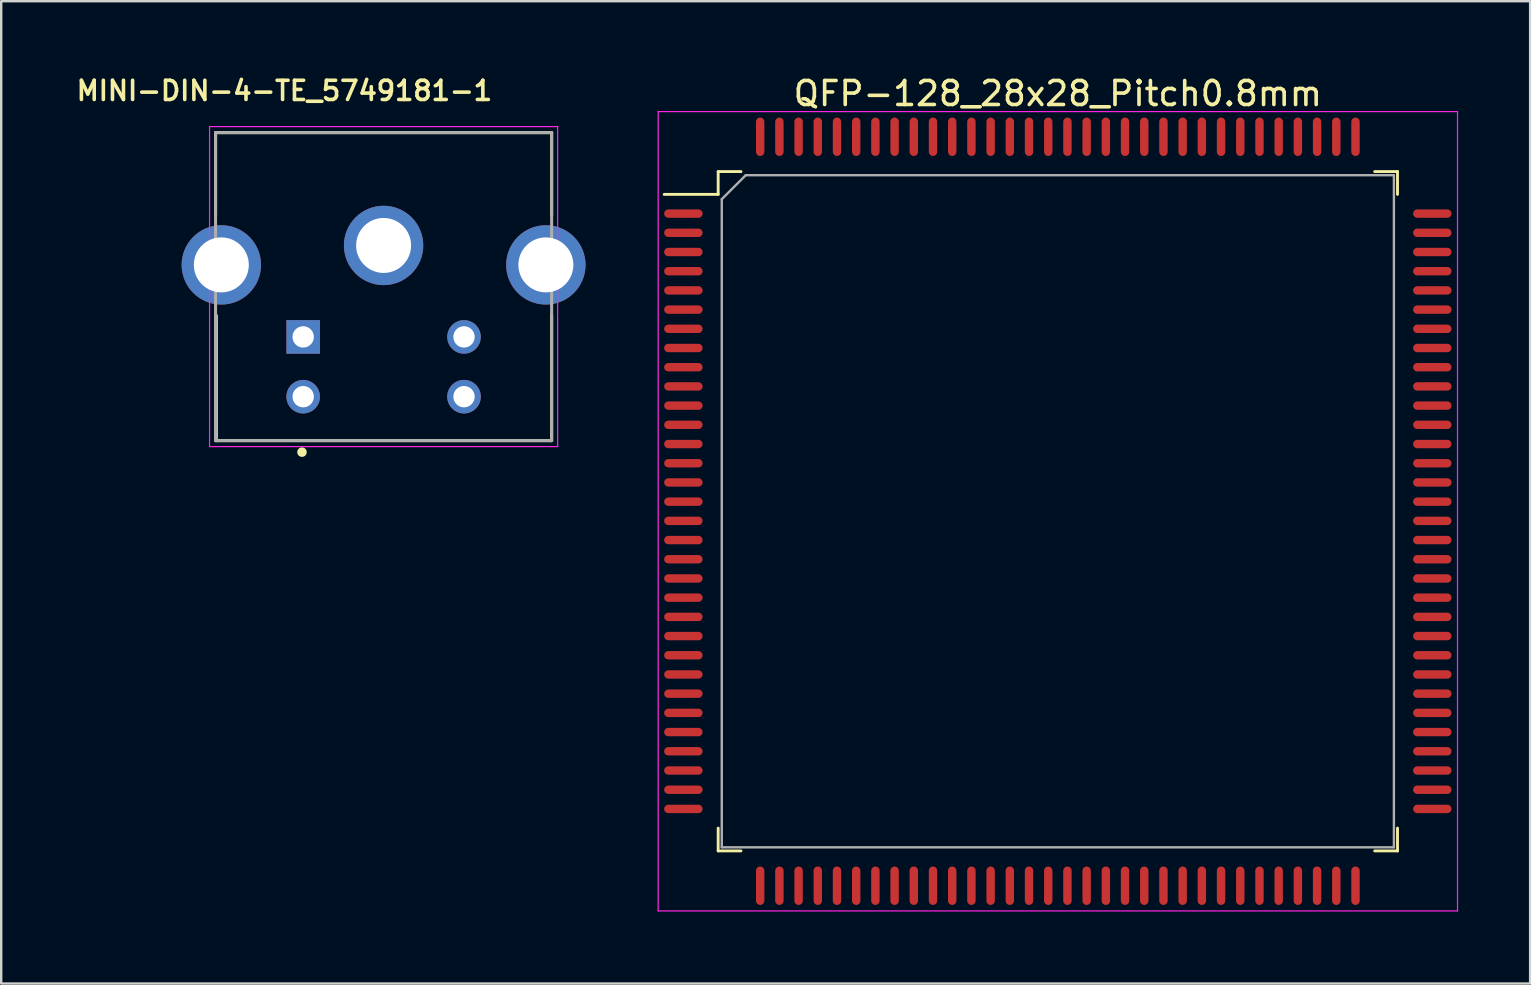
<source format=kicad_pcb>
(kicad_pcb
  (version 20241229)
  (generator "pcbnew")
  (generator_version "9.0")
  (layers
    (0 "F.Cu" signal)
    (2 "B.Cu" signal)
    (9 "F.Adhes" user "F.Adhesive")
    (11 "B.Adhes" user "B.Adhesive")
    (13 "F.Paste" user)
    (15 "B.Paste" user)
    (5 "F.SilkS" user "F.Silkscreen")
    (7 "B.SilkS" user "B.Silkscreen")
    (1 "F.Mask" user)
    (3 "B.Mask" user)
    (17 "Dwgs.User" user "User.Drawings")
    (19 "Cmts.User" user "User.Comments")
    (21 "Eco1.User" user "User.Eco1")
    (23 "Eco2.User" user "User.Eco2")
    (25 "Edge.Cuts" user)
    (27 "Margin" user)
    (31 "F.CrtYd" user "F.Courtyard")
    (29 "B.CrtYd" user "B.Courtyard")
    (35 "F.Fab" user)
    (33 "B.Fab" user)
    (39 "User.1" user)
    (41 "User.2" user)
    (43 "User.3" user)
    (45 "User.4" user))
  (footprint "QFP-128_28x28_Pitch0.8mm"
    (layer "F.Cu")
    (at 41.018 18.248)
    (property "Reference" "QFP-128_28x28_Pitch0.8mm" (at 0 -17.4 0) (layer "F.SilkS") (effects (font (size 1 1) (thickness 0.15))))
    (attr smd)
    (fp_line (start -14.15 -14.15) (end -14.15 -13.2) (stroke (width 0.12) (type solid)) (layer "F.SilkS"))
    (fp_line (start -14.15 -13.2) (end -16.4 -13.2) (stroke (width 0.12) (type solid)) (layer "F.SilkS"))
    (fp_line (start -14.15 14.15) (end -14.15 13.2) (stroke (width 0.12) (type solid)) (layer "F.SilkS"))
    (fp_line (start -13.2 -14.15) (end -14.15 -14.15) (stroke (width 0.12) (type solid)) (layer "F.SilkS"))
    (fp_line (start -13.2 14.15) (end -14.15 14.15) (stroke (width 0.12) (type solid)) (layer "F.SilkS"))
    (fp_line (start 13.2 -14.15) (end 14.15 -14.15) (stroke (width 0.12) (type solid)) (layer "F.SilkS"))
    (fp_line (start 13.2 14.15) (end 14.15 14.15) (stroke (width 0.12) (type solid)) (layer "F.SilkS"))
    (fp_line (start 14.15 -14.15) (end 14.15 -13.2) (stroke (width 0.12) (type solid)) (layer "F.SilkS"))
    (fp_line (start 14.15 14.15) (end 14.15 13.2) (stroke (width 0.12) (type solid)) (layer "F.SilkS"))
    (fp_line (start -16.65 -16.65) (end 16.65 -16.65) (stroke (width 0.05) (type solid)) (layer "F.CrtYd"))
    (fp_line (start -16.65 16.65) (end -16.65 -16.65) (stroke (width 0.05) (type solid)) (layer "F.CrtYd"))
    (fp_line (start 16.65 -16.65) (end 16.65 16.65) (stroke (width 0.05) (type solid)) (layer "F.CrtYd"))
    (fp_line (start 16.65 16.65) (end -16.65 16.65) (stroke (width 0.05) (type solid)) (layer "F.CrtYd"))
    (fp_line (start -14 -13) (end -14 14) (stroke (width 0.1) (type solid)) (layer "F.Fab"))
    (fp_line (start -14 14) (end 14 14) (stroke (width 0.1) (type solid)) (layer "F.Fab"))
    (fp_line (start -13 -14) (end -14 -13) (stroke (width 0.1) (type solid)) (layer "F.Fab"))
    (fp_line (start 14 -14) (end -13 -14) (stroke (width 0.1) (type solid)) (layer "F.Fab"))
    (fp_line (start 14 14) (end 14 -14) (stroke (width 0.1) (type solid)) (layer "F.Fab"))
    (pad "1" smd oval (at -15.6 -12.4 90) (size 0.35 1.6) (layers "F.Cu" "F.Mask" "F.Paste"))
    (pad "2" smd oval (at -15.6 -11.6 90) (size 0.35 1.6) (layers "F.Cu" "F.Mask" "F.Paste"))
    (pad "3" smd oval (at -15.6 -10.8 90) (size 0.35 1.6) (layers "F.Cu" "F.Mask" "F.Paste"))
    (pad "4" smd oval (at -15.6 -10 90) (size 0.35 1.6) (layers "F.Cu" "F.Mask" "F.Paste"))
    (pad "5" smd oval (at -15.6 -9.2 90) (size 0.35 1.6) (layers "F.Cu" "F.Mask" "F.Paste"))
    (pad "6" smd oval (at -15.6 -8.4 90) (size 0.35 1.6) (layers "F.Cu" "F.Mask" "F.Paste"))
    (pad "7" smd oval (at -15.6 -7.6 90) (size 0.35 1.6) (layers "F.Cu" "F.Mask" "F.Paste"))
    (pad "8" smd oval (at -15.6 -6.8 90) (size 0.35 1.6) (layers "F.Cu" "F.Mask" "F.Paste"))
    (pad "9" smd oval (at -15.6 -6 90) (size 0.35 1.6) (layers "F.Cu" "F.Mask" "F.Paste"))
    (pad "10" smd oval (at -15.6 -5.2 90) (size 0.35 1.6) (layers "F.Cu" "F.Mask" "F.Paste"))
    (pad "11" smd oval (at -15.6 -4.4 90) (size 0.35 1.6) (layers "F.Cu" "F.Mask" "F.Paste"))
    (pad "12" smd oval (at -15.6 -3.6 90) (size 0.35 1.6) (layers "F.Cu" "F.Mask" "F.Paste"))
    (pad "13" smd oval (at -15.6 -2.8 90) (size 0.35 1.6) (layers "F.Cu" "F.Mask" "F.Paste"))
    (pad "14" smd oval (at -15.6 -2 90) (size 0.35 1.6) (layers "F.Cu" "F.Mask" "F.Paste"))
    (pad "15" smd oval (at -15.6 -1.2 90) (size 0.35 1.6) (layers "F.Cu" "F.Mask" "F.Paste"))
    (pad "16" smd oval (at -15.6 -0.4 90) (size 0.35 1.6) (layers "F.Cu" "F.Mask" "F.Paste"))
    (pad "17" smd oval (at -15.6 0.4 90) (size 0.35 1.6) (layers "F.Cu" "F.Mask" "F.Paste"))
    (pad "18" smd oval (at -15.6 1.2 90) (size 0.35 1.6) (layers "F.Cu" "F.Mask" "F.Paste"))
    (pad "19" smd oval (at -15.6 2 90) (size 0.35 1.6) (layers "F.Cu" "F.Mask" "F.Paste"))
    (pad "20" smd oval (at -15.6 2.8 90) (size 0.35 1.6) (layers "F.Cu" "F.Mask" "F.Paste"))
    (pad "21" smd oval (at -15.6 3.6 90) (size 0.35 1.6) (layers "F.Cu" "F.Mask" "F.Paste"))
    (pad "22" smd oval (at -15.6 4.4 90) (size 0.35 1.6) (layers "F.Cu" "F.Mask" "F.Paste"))
    (pad "23" smd oval (at -15.6 5.2 90) (size 0.35 1.6) (layers "F.Cu" "F.Mask" "F.Paste"))
    (pad "24" smd oval (at -15.6 6 90) (size 0.35 1.6) (layers "F.Cu" "F.Mask" "F.Paste"))
    (pad "25" smd oval (at -15.6 6.8 90) (size 0.35 1.6) (layers "F.Cu" "F.Mask" "F.Paste"))
    (pad "26" smd oval (at -15.6 7.6 90) (size 0.35 1.6) (layers "F.Cu" "F.Mask" "F.Paste"))
    (pad "27" smd oval (at -15.6 8.4 90) (size 0.35 1.6) (layers "F.Cu" "F.Mask" "F.Paste"))
    (pad "28" smd oval (at -15.6 9.2 90) (size 0.35 1.6) (layers "F.Cu" "F.Mask" "F.Paste"))
    (pad "29" smd oval (at -15.6 10 90) (size 0.35 1.6) (layers "F.Cu" "F.Mask" "F.Paste"))
    (pad "30" smd oval (at -15.6 10.8 90) (size 0.35 1.6) (layers "F.Cu" "F.Mask" "F.Paste"))
    (pad "31" smd oval (at -15.6 11.6 90) (size 0.35 1.6) (layers "F.Cu" "F.Mask" "F.Paste"))
    (pad "32" smd oval (at -15.6 12.4 90) (size 0.35 1.6) (layers "F.Cu" "F.Mask" "F.Paste"))
    (pad "33" smd oval (at -12.4 15.6) (size 0.35 1.6) (layers "F.Cu" "F.Mask" "F.Paste"))
    (pad "34" smd oval (at -11.6 15.6) (size 0.35 1.6) (layers "F.Cu" "F.Mask" "F.Paste"))
    (pad "35" smd oval (at -10.8 15.6) (size 0.35 1.6) (layers "F.Cu" "F.Mask" "F.Paste"))
    (pad "36" smd oval (at -10 15.6) (size 0.35 1.6) (layers "F.Cu" "F.Mask" "F.Paste"))
    (pad "37" smd oval (at -9.2 15.6) (size 0.35 1.6) (layers "F.Cu" "F.Mask" "F.Paste"))
    (pad "38" smd oval (at -8.4 15.6) (size 0.35 1.6) (layers "F.Cu" "F.Mask" "F.Paste"))
    (pad "39" smd oval (at -7.6 15.6) (size 0.35 1.6) (layers "F.Cu" "F.Mask" "F.Paste"))
    (pad "40" smd oval (at -6.8 15.6) (size 0.35 1.6) (layers "F.Cu" "F.Mask" "F.Paste"))
    (pad "41" smd oval (at -6 15.6) (size 0.35 1.6) (layers "F.Cu" "F.Mask" "F.Paste"))
    (pad "42" smd oval (at -5.2 15.6) (size 0.35 1.6) (layers "F.Cu" "F.Mask" "F.Paste"))
    (pad "43" smd oval (at -4.4 15.6) (size 0.35 1.6) (layers "F.Cu" "F.Mask" "F.Paste"))
    (pad "44" smd oval (at -3.6 15.6) (size 0.35 1.6) (layers "F.Cu" "F.Mask" "F.Paste"))
    (pad "45" smd oval (at -2.8 15.6) (size 0.35 1.6) (layers "F.Cu" "F.Mask" "F.Paste"))
    (pad "46" smd oval (at -2 15.6) (size 0.35 1.6) (layers "F.Cu" "F.Mask" "F.Paste"))
    (pad "47" smd oval (at -1.2 15.6) (size 0.35 1.6) (layers "F.Cu" "F.Mask" "F.Paste"))
    (pad "48" smd oval (at -0.4 15.6) (size 0.35 1.6) (layers "F.Cu" "F.Mask" "F.Paste"))
    (pad "49" smd oval (at 0.4 15.6) (size 0.35 1.6) (layers "F.Cu" "F.Mask" "F.Paste"))
    (pad "50" smd oval (at 1.2 15.6) (size 0.35 1.6) (layers "F.Cu" "F.Mask" "F.Paste"))
    (pad "51" smd oval (at 2 15.6) (size 0.35 1.6) (layers "F.Cu" "F.Mask" "F.Paste"))
    (pad "52" smd oval (at 2.8 15.6) (size 0.35 1.6) (layers "F.Cu" "F.Mask" "F.Paste"))
    (pad "53" smd oval (at 3.6 15.6) (size 0.35 1.6) (layers "F.Cu" "F.Mask" "F.Paste"))
    (pad "54" smd oval (at 4.4 15.6) (size 0.35 1.6) (layers "F.Cu" "F.Mask" "F.Paste"))
    (pad "55" smd oval (at 5.2 15.6) (size 0.35 1.6) (layers "F.Cu" "F.Mask" "F.Paste"))
    (pad "56" smd oval (at 6 15.6) (size 0.35 1.6) (layers "F.Cu" "F.Mask" "F.Paste"))
    (pad "57" smd oval (at 6.8 15.6) (size 0.35 1.6) (layers "F.Cu" "F.Mask" "F.Paste"))
    (pad "58" smd oval (at 7.6 15.6) (size 0.35 1.6) (layers "F.Cu" "F.Mask" "F.Paste"))
    (pad "59" smd oval (at 8.4 15.6) (size 0.35 1.6) (layers "F.Cu" "F.Mask" "F.Paste"))
    (pad "60" smd oval (at 9.2 15.6) (size 0.35 1.6) (layers "F.Cu" "F.Mask" "F.Paste"))
    (pad "61" smd oval (at 10 15.6) (size 0.35 1.6) (layers "F.Cu" "F.Mask" "F.Paste"))
    (pad "62" smd oval (at 10.8 15.6) (size 0.35 1.6) (layers "F.Cu" "F.Mask" "F.Paste"))
    (pad "63" smd oval (at 11.6 15.6) (size 0.35 1.6) (layers "F.Cu" "F.Mask" "F.Paste"))
    (pad "64" smd oval (at 12.4 15.6) (size 0.35 1.6) (layers "F.Cu" "F.Mask" "F.Paste"))
    (pad "65" smd oval (at 15.6 12.4 90) (size 0.35 1.6) (layers "F.Cu" "F.Mask" "F.Paste"))
    (pad "66" smd oval (at 15.6 11.6 90) (size 0.35 1.6) (layers "F.Cu" "F.Mask" "F.Paste"))
    (pad "67" smd oval (at 15.6 10.8 90) (size 0.35 1.6) (layers "F.Cu" "F.Mask" "F.Paste"))
    (pad "68" smd oval (at 15.6 10 90) (size 0.35 1.6) (layers "F.Cu" "F.Mask" "F.Paste"))
    (pad "69" smd oval (at 15.6 9.2 90) (size 0.35 1.6) (layers "F.Cu" "F.Mask" "F.Paste"))
    (pad "70" smd oval (at 15.6 8.4 90) (size 0.35 1.6) (layers "F.Cu" "F.Mask" "F.Paste"))
    (pad "71" smd oval (at 15.6 7.6 90) (size 0.35 1.6) (layers "F.Cu" "F.Mask" "F.Paste"))
    (pad "72" smd oval (at 15.6 6.8 90) (size 0.35 1.6) (layers "F.Cu" "F.Mask" "F.Paste"))
    (pad "73" smd oval (at 15.6 6 90) (size 0.35 1.6) (layers "F.Cu" "F.Mask" "F.Paste"))
    (pad "74" smd oval (at 15.6 5.2 90) (size 0.35 1.6) (layers "F.Cu" "F.Mask" "F.Paste"))
    (pad "75" smd oval (at 15.6 4.4 90) (size 0.35 1.6) (layers "F.Cu" "F.Mask" "F.Paste"))
    (pad "76" smd oval (at 15.6 3.6 90) (size 0.35 1.6) (layers "F.Cu" "F.Mask" "F.Paste"))
    (pad "77" smd oval (at 15.6 2.8 90) (size 0.35 1.6) (layers "F.Cu" "F.Mask" "F.Paste"))
    (pad "78" smd oval (at 15.6 2 90) (size 0.35 1.6) (layers "F.Cu" "F.Mask" "F.Paste"))
    (pad "79" smd oval (at 15.6 1.2 90) (size 0.35 1.6) (layers "F.Cu" "F.Mask" "F.Paste"))
    (pad "80" smd oval (at 15.6 0.4 90) (size 0.35 1.6) (layers "F.Cu" "F.Mask" "F.Paste"))
    (pad "81" smd oval (at 15.6 -0.4 90) (size 0.35 1.6) (layers "F.Cu" "F.Mask" "F.Paste"))
    (pad "82" smd oval (at 15.6 -1.2 90) (size 0.35 1.6) (layers "F.Cu" "F.Mask" "F.Paste"))
    (pad "83" smd oval (at 15.6 -2 90) (size 0.35 1.6) (layers "F.Cu" "F.Mask" "F.Paste"))
    (pad "84" smd oval (at 15.6 -2.8 90) (size 0.35 1.6) (layers "F.Cu" "F.Mask" "F.Paste"))
    (pad "85" smd oval (at 15.6 -3.6 90) (size 0.35 1.6) (layers "F.Cu" "F.Mask" "F.Paste"))
    (pad "86" smd oval (at 15.6 -4.4 90) (size 0.35 1.6) (layers "F.Cu" "F.Mask" "F.Paste"))
    (pad "87" smd oval (at 15.6 -5.2 90) (size 0.35 1.6) (layers "F.Cu" "F.Mask" "F.Paste"))
    (pad "88" smd oval (at 15.6 -6 90) (size 0.35 1.6) (layers "F.Cu" "F.Mask" "F.Paste"))
    (pad "89" smd oval (at 15.6 -6.8 90) (size 0.35 1.6) (layers "F.Cu" "F.Mask" "F.Paste"))
    (pad "90" smd oval (at 15.6 -7.6 90) (size 0.35 1.6) (layers "F.Cu" "F.Mask" "F.Paste"))
    (pad "91" smd oval (at 15.6 -8.4 90) (size 0.35 1.6) (layers "F.Cu" "F.Mask" "F.Paste"))
    (pad "92" smd oval (at 15.6 -9.2 90) (size 0.35 1.6) (layers "F.Cu" "F.Mask" "F.Paste"))
    (pad "93" smd oval (at 15.6 -10 90) (size 0.35 1.6) (layers "F.Cu" "F.Mask" "F.Paste"))
    (pad "94" smd oval (at 15.6 -10.8 90) (size 0.35 1.6) (layers "F.Cu" "F.Mask" "F.Paste"))
    (pad "95" smd oval (at 15.6 -11.6 90) (size 0.35 1.6) (layers "F.Cu" "F.Mask" "F.Paste"))
    (pad "96" smd oval (at 15.6 -12.4 90) (size 0.35 1.6) (layers "F.Cu" "F.Mask" "F.Paste"))
    (pad "97" smd oval (at 12.4 -15.6) (size 0.35 1.6) (layers "F.Cu" "F.Mask" "F.Paste"))
    (pad "98" smd oval (at 11.6 -15.6) (size 0.35 1.6) (layers "F.Cu" "F.Mask" "F.Paste"))
    (pad "99" smd oval (at 10.8 -15.6) (size 0.35 1.6) (layers "F.Cu" "F.Mask" "F.Paste"))
    (pad "100" smd oval (at 10 -15.6) (size 0.35 1.6) (layers "F.Cu" "F.Mask" "F.Paste"))
    (pad "101" smd oval (at 9.2 -15.6) (size 0.35 1.6) (layers "F.Cu" "F.Mask" "F.Paste"))
    (pad "102" smd oval (at 8.4 -15.6) (size 0.35 1.6) (layers "F.Cu" "F.Mask" "F.Paste"))
    (pad "103" smd oval (at 7.6 -15.6) (size 0.35 1.6) (layers "F.Cu" "F.Mask" "F.Paste"))
    (pad "104" smd oval (at 6.8 -15.6) (size 0.35 1.6) (layers "F.Cu" "F.Mask" "F.Paste"))
    (pad "105" smd oval (at 6 -15.6) (size 0.35 1.6) (layers "F.Cu" "F.Mask" "F.Paste"))
    (pad "106" smd oval (at 5.2 -15.6) (size 0.35 1.6) (layers "F.Cu" "F.Mask" "F.Paste"))
    (pad "107" smd oval (at 4.4 -15.6) (size 0.35 1.6) (layers "F.Cu" "F.Mask" "F.Paste"))
    (pad "108" smd oval (at 3.6 -15.6) (size 0.35 1.6) (layers "F.Cu" "F.Mask" "F.Paste"))
    (pad "109" smd oval (at 2.8 -15.6) (size 0.35 1.6) (layers "F.Cu" "F.Mask" "F.Paste"))
    (pad "110" smd oval (at 2 -15.6) (size 0.35 1.6) (layers "F.Cu" "F.Mask" "F.Paste"))
    (pad "111" smd oval (at 1.2 -15.6) (size 0.35 1.6) (layers "F.Cu" "F.Mask" "F.Paste"))
    (pad "112" smd oval (at 0.4 -15.6) (size 0.35 1.6) (layers "F.Cu" "F.Mask" "F.Paste"))
    (pad "113" smd oval (at -0.4 -15.6) (size 0.35 1.6) (layers "F.Cu" "F.Mask" "F.Paste"))
    (pad "114" smd oval (at -1.2 -15.6) (size 0.35 1.6) (layers "F.Cu" "F.Mask" "F.Paste"))
    (pad "115" smd oval (at -2 -15.6) (size 0.35 1.6) (layers "F.Cu" "F.Mask" "F.Paste"))
    (pad "116" smd oval (at -2.8 -15.6) (size 0.35 1.6) (layers "F.Cu" "F.Mask" "F.Paste"))
    (pad "117" smd oval (at -3.6 -15.6) (size 0.35 1.6) (layers "F.Cu" "F.Mask" "F.Paste"))
    (pad "118" smd oval (at -4.4 -15.6) (size 0.35 1.6) (layers "F.Cu" "F.Mask" "F.Paste"))
    (pad "119" smd oval (at -5.2 -15.6) (size 0.35 1.6) (layers "F.Cu" "F.Mask" "F.Paste"))
    (pad "120" smd oval (at -6 -15.6) (size 0.35 1.6) (layers "F.Cu" "F.Mask" "F.Paste"))
    (pad "121" smd oval (at -6.8 -15.6) (size 0.35 1.6) (layers "F.Cu" "F.Mask" "F.Paste"))
    (pad "122" smd oval (at -7.6 -15.6) (size 0.35 1.6) (layers "F.Cu" "F.Mask" "F.Paste"))
    (pad "123" smd oval (at -8.4 -15.6) (size 0.35 1.6) (layers "F.Cu" "F.Mask" "F.Paste"))
    (pad "124" smd oval (at -9.2 -15.6) (size 0.35 1.6) (layers "F.Cu" "F.Mask" "F.Paste"))
    (pad "125" smd oval (at -10 -15.6) (size 0.35 1.6) (layers "F.Cu" "F.Mask" "F.Paste"))
    (pad "126" smd oval (at -10.8 -15.6) (size 0.35 1.6) (layers "F.Cu" "F.Mask" "F.Paste"))
    (pad "127" smd oval (at -11.6 -15.6) (size 0.35 1.6) (layers "F.Cu" "F.Mask" "F.Paste"))
    (pad "128" smd oval (at -12.4 -15.6) (size 0.35 1.6) (layers "F.Cu" "F.Mask" "F.Paste")))
  (footprint "MINI-DIN-4-TE_5749181-1"
    (layer "F.Cu")
    (at 12.93 10.985)
    (property "Reference" "MINI-DIN-4-TE_5749181-1" (at -4.132 -10.254 0) (layer "F.SilkS") (effects (font (size 0.8 0.8) (thickness 0.15))))
    (attr through_hole)
    (fp_line (start -7 -8.51) (end 7 -8.51) (stroke (width 0.127) (type solid)) (layer "F.SilkS"))
    (fp_line (start -7 -5.07) (end -7 -8.51) (stroke (width 0.127) (type solid)) (layer "F.SilkS"))
    (fp_line (start -6.97 -0.89) (end -6.97 4.32) (stroke (width 0.127) (type solid)) (layer "F.SilkS"))
    (fp_line (start -6.97 4.32) (end -7 4.32) (stroke (width 0.127) (type solid)) (layer "F.SilkS"))
    (fp_line (start 7 -5.07) (end 7 -8.51) (stroke (width 0.127) (type solid)) (layer "F.SilkS"))
    (fp_line (start 7 -0.89) (end 7 4.32) (stroke (width 0.127) (type solid)) (layer "F.SilkS"))
    (fp_line (start 7 4.32) (end -6.97 4.32) (stroke (width 0.127) (type solid)) (layer "F.SilkS"))
    (fp_circle (center -3.4 4.8) (end -3.3 4.8) (stroke (width 0.2) (type solid)) (fill no) (layer "F.SilkS"))
    (fp_line (start -7.25 -8.76) (end 7.25 -8.76) (stroke (width 0.05) (type solid)) (layer "F.CrtYd"))
    (fp_line (start -7.25 4.57) (end -7.25 -8.76) (stroke (width 0.05) (type solid)) (layer "F.CrtYd"))
    (fp_line (start 7.25 -8.76) (end 7.25 4.57) (stroke (width 0.05) (type solid)) (layer "F.CrtYd"))
    (fp_line (start 7.25 4.57) (end -7.25 4.57) (stroke (width 0.05) (type solid)) (layer "F.CrtYd"))
    (fp_line (start -7 -8.51) (end 7 -8.51) (stroke (width 0.127) (type solid)) (layer "F.Fab"))
    (fp_line (start -7 4.32) (end -7 -8.51) (stroke (width 0.127) (type solid)) (layer "F.Fab"))
    (fp_line (start 7 -8.51) (end 7 4.32) (stroke (width 0.127) (type solid)) (layer "F.Fab"))
    (fp_line (start 7 4.32) (end -7 4.32) (stroke (width 0.127) (type solid)) (layer "F.Fab"))
    (pad "1" thru_hole rect (at -3.35 0) (size 1.398 1.398) (drill 0.89) (layers "*.Cu" "*.Mask"))
    (pad "2" thru_hole circle (at 3.35 0) (size 1.398 1.398) (drill 0.89) (layers "*.Cu" "*.Mask"))
    (pad "3" thru_hole circle (at -3.35 2.49) (size 1.398 1.398) (drill 0.89) (layers "*.Cu" "*.Mask"))
    (pad "4" thru_hole circle (at 3.35 2.49) (size 1.398 1.398) (drill 0.89) (layers "*.Cu" "*.Mask"))
    (pad "5" thru_hole circle (at 0 -3.81) (size 3.306 3.306) (drill 2.29) (layers "*.Cu" "*.Mask"))
    (pad "6" thru_hole circle (at 6.76 -3) (size 3.306 3.306) (drill 2.29) (layers "*.Cu" "*.Mask"))
    (pad "7" thru_hole circle (at -6.76 -3) (size 3.306 3.306) (drill 2.29) (layers "*.Cu" "*.Mask")))
  (gr_rect
    (start -3 -3)
    (end 60.693 37.923)
    (stroke (width 0.1) (type default))
    (fill no)
    (layer "Edge.Cuts")))
</source>
